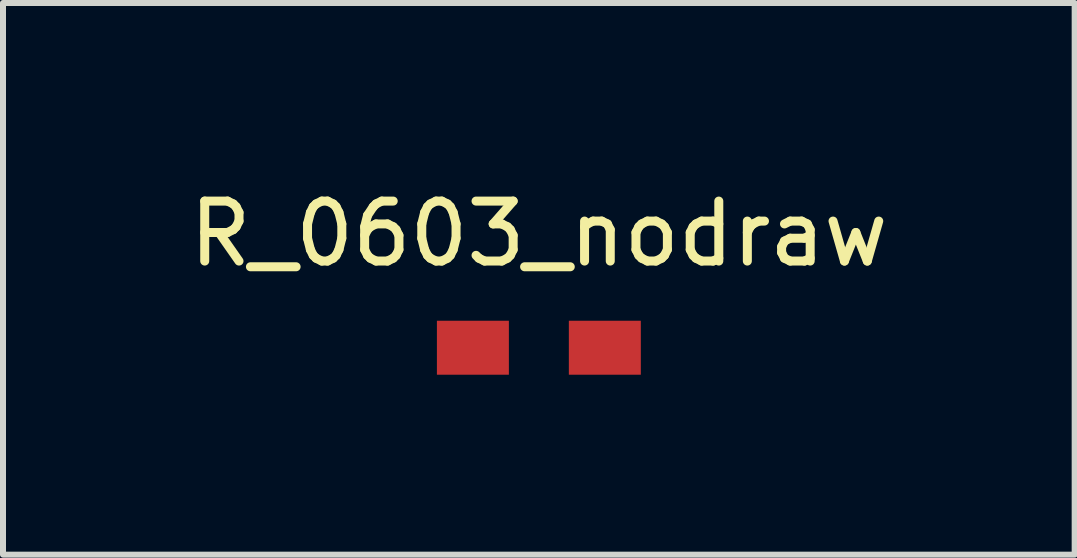
<source format=kicad_pcb>
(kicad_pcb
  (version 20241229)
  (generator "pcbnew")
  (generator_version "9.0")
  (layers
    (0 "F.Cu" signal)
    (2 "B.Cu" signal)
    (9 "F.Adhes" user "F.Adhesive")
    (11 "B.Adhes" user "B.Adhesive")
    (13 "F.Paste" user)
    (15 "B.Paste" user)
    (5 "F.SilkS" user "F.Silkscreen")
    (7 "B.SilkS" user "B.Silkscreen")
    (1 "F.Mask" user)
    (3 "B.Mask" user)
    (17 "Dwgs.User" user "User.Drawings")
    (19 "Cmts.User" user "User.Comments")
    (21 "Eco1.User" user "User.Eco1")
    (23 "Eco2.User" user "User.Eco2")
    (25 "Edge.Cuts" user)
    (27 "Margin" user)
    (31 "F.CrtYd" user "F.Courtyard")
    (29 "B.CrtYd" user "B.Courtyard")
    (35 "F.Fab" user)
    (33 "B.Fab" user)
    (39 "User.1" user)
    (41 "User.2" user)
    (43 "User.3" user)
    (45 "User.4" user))
  (footprint "R_0603_nodraw"
    (layer "F.Cu")
    (at 5.935 2.748)
    (property "Reference" "R_0603_nodraw" (at 0 -1.9 0) (layer "F.SilkS") (effects (font (size 1 1) (thickness 0.15))))
    (attr smd)
    (pad "1" smd rect (at -1.1 0) (size 1.2 0.9) (layers "F.Cu" "F.Mask" "F.Paste"))
    (pad "2" smd rect (at 1.1 0) (size 1.2 0.9) (layers "F.Cu" "F.Mask" "F.Paste")))
  (gr_rect
    (start -3 -3)
    (end 14.869 6.198)
    (stroke (width 0.1) (type default))
    (fill no)
    (layer "Edge.Cuts")))
</source>
